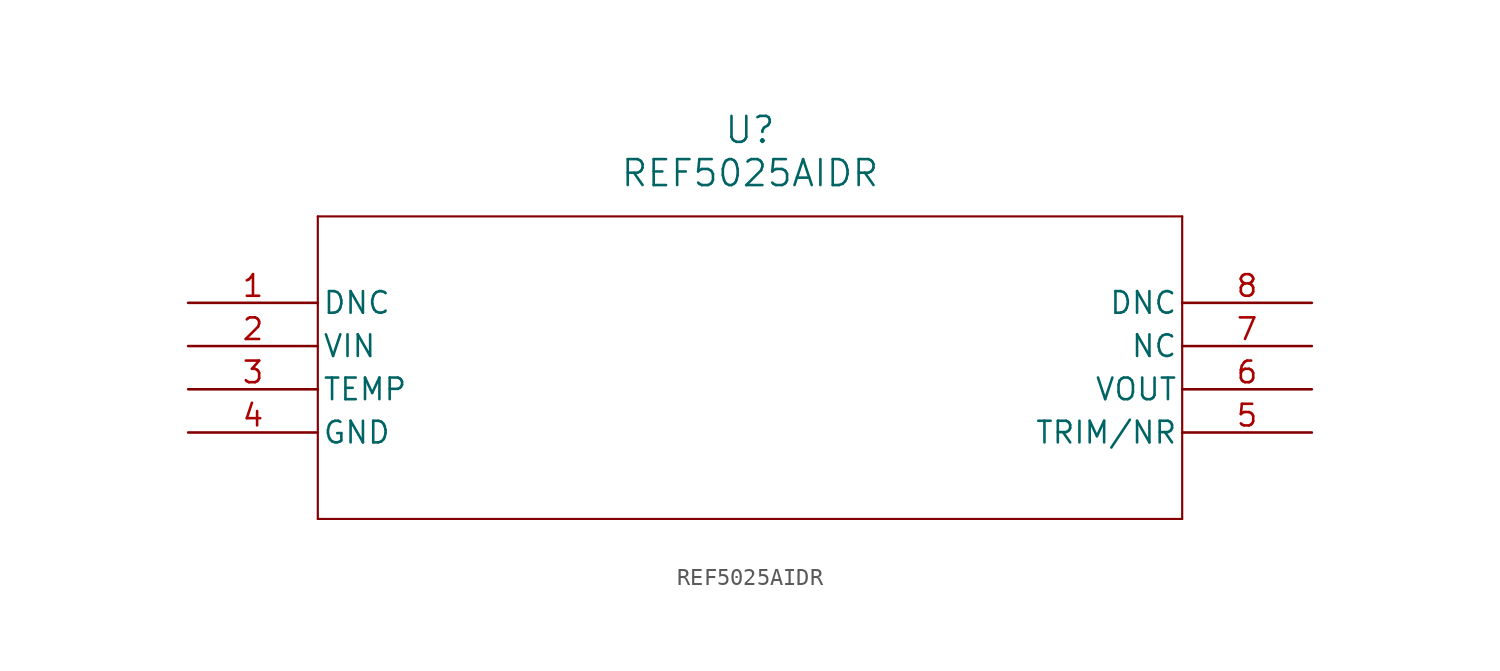
<source format=kicad_sym>
(kicad_symbol_lib
  (version 20211014)
  (generator kicad_symbol_editor)
  (symbol "REF5025AIDR"
    (pin_names
      (offset 0.254))
    (property "Reference" "U"
      (at 33.02 10.16 0)
      (effects (font (size 1.524 1.524))))
    (property "Value" "REF5025AIDR"
      (at 33.02 7.62 0)
      (effects (font (size 1.524 1.524))))
    (symbol "REF5025AIDR_0_1"
      (polyline (pts (xy 7.62 5.08) (xy 7.62 -12.7)) (stroke (width 0.127) (type default) (color 0 0 0 0)) (fill (type none)))
      (polyline (pts (xy 7.62 -12.7) (xy 58.42 -12.7)) (stroke (width 0.127) (type default) (color 0 0 0 0)) (fill (type none)))
      (polyline (pts (xy 58.42 -12.7) (xy 58.42 5.08)) (stroke (width 0.127) (type default) (color 0 0 0 0)) (fill (type none)))
      (polyline (pts (xy 58.42 5.08) (xy 7.62 5.08)) (stroke (width 0.127) (type default) (color 0 0 0 0)) (fill (type none)))
      (pin unspecified line (at 0 0 0) (length 7.62) (name "DNC" (effects (font (size 1.27 1.27)))) (number "1" (effects (font (size 1.27 1.27)))))
      (pin input line (at 0 -2.54 0) (length 7.62) (name "VIN" (effects (font (size 1.27 1.27)))) (number "2" (effects (font (size 1.27 1.27)))))
      (pin unspecified line (at 0 -5.08 0) (length 7.62) (name "TEMP" (effects (font (size 1.27 1.27)))) (number "3" (effects (font (size 1.27 1.27)))))
      (pin unspecified line (at 0 -7.62 0) (length 7.62) (name "GND" (effects (font (size 1.27 1.27)))) (number "4" (effects (font (size 1.27 1.27)))))
      (pin unspecified line (at 66.04 -7.62 180) (length 7.62) (name "TRIM/NR" (effects (font (size 1.27 1.27)))) (number "5" (effects (font (size 1.27 1.27)))))
      (pin output line (at 66.04 -5.08 180) (length 7.62) (name "VOUT" (effects (font (size 1.27 1.27)))) (number "6" (effects (font (size 1.27 1.27)))))
      (pin unspecified line (at 66.04 -2.54 180) (length 7.62) (name "NC" (effects (font (size 1.27 1.27)))) (number "7" (effects (font (size 1.27 1.27)))))
      (pin unspecified line (at 66.04 0 180) (length 7.62) (name "DNC" (effects (font (size 1.27 1.27)))) (number "8" (effects (font (size 1.27 1.27))))))))
</source>
